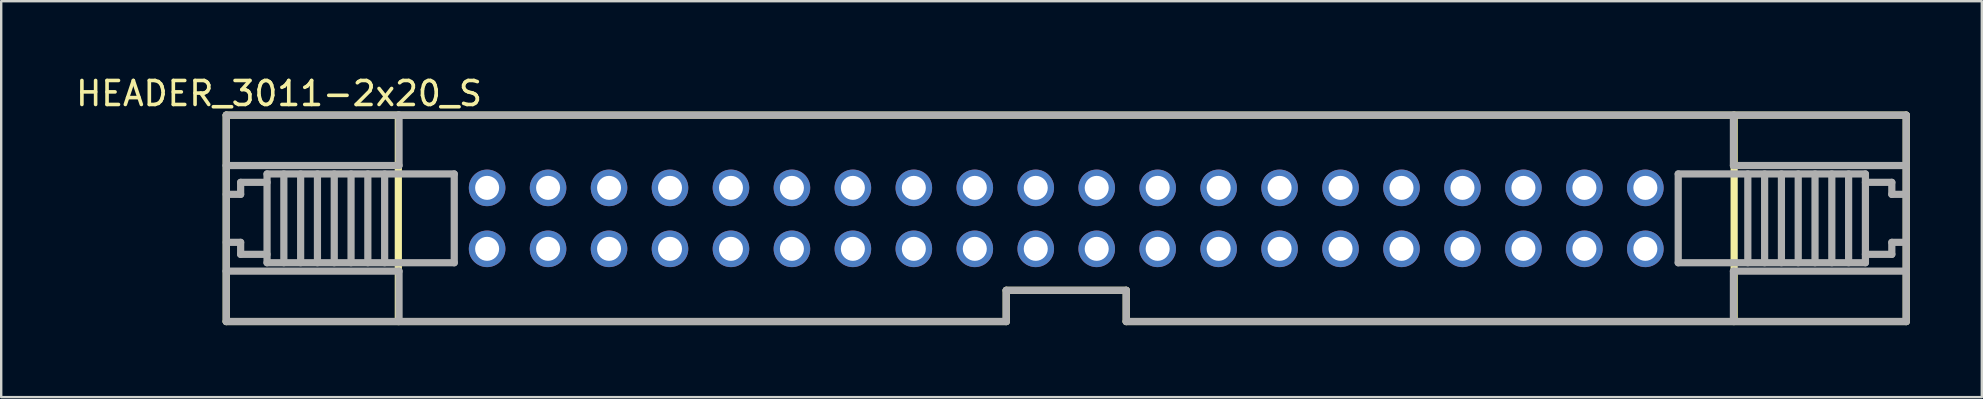
<source format=kicad_pcb>
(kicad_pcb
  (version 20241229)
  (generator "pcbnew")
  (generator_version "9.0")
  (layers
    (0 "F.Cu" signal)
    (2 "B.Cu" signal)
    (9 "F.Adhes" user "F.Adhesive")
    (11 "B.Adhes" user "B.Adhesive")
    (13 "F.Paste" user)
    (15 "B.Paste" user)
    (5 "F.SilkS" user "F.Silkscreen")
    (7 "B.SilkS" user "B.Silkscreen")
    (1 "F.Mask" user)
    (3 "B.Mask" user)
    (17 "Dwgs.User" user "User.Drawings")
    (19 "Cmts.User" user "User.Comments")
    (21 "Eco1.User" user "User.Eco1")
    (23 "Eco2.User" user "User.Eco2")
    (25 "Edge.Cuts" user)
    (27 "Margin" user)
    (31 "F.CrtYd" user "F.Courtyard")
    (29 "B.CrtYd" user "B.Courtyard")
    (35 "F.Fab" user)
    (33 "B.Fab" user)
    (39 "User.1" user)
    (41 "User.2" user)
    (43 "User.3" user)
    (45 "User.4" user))
  (footprint "HEADER_3011-2x20_S"
    (layer "F.Cu")
    (at 41.377 6.048)
    (property "Reference" "HEADER_3011-2x20_S" (at -32.8 -5.2 0) (layer "F.SilkS") (effects (font (size 1 1) (thickness 0.15))))
    (attr through_hole)
    (fp_line (start -35 -4.3) (end 35 -4.3) (stroke (width 0.3) (type solid)) (layer "F.SilkS"))
    (fp_line (start -35 4.3) (end -35 -4.3) (stroke (width 0.3) (type solid)) (layer "F.SilkS"))
    (fp_line (start -35 4.3) (end -2.5 4.3) (stroke (width 0.3) (type solid)) (layer "F.SilkS"))
    (fp_line (start -27.83 -4.3) (end -27.83 4.3) (stroke (width 0.3) (type solid)) (layer "F.SilkS"))
    (fp_line (start -2.5 3) (end -2.5 4.3) (stroke (width 0.3) (type solid)) (layer "F.SilkS"))
    (fp_line (start 2.5 3) (end -2.5 3) (stroke (width 0.3) (type solid)) (layer "F.SilkS"))
    (fp_line (start 2.5 3) (end 2.5 4.3) (stroke (width 0.3) (type solid)) (layer "F.SilkS"))
    (fp_line (start 27.83 -4.3) (end 27.83 4.3) (stroke (width 0.3) (type solid)) (layer "F.SilkS"))
    (fp_line (start 35 4.3) (end 2.5 4.3) (stroke (width 0.3) (type solid)) (layer "F.SilkS"))
    (fp_line (start 35 4.3) (end 35 -4.3) (stroke (width 0.3) (type solid)) (layer "F.SilkS"))
    (fp_line (start -35 -2.2) (end -35 -4.3) (stroke (width 0.3) (type solid)) (layer "F.Fab"))
    (fp_line (start -35 -1) (end -34.4 -1) (stroke (width 0.3) (type solid)) (layer "F.Fab"))
    (fp_line (start -35 1) (end -34.4 1) (stroke (width 0.3) (type solid)) (layer "F.Fab"))
    (fp_line (start -35 2.2) (end -35 -2.2) (stroke (width 0.3) (type solid)) (layer "F.Fab"))
    (fp_line (start -35 4.3) (end -35 2.2) (stroke (width 0.3) (type solid)) (layer "F.Fab"))
    (fp_line (start -34.4 -1.5) (end -33.3 -1.5) (stroke (width 0.3) (type solid)) (layer "F.Fab"))
    (fp_line (start -34.4 -1) (end -34.4 -1.5) (stroke (width 0.3) (type solid)) (layer "F.Fab"))
    (fp_line (start -34.4 1.5) (end -34.4 1) (stroke (width 0.3) (type solid)) (layer "F.Fab"))
    (fp_line (start -34.4 1.5) (end -33.3 1.5) (stroke (width 0.3) (type solid)) (layer "F.Fab"))
    (fp_line (start -33.3 -1.85) (end -25.5 -1.85) (stroke (width 0.3) (type solid)) (layer "F.Fab"))
    (fp_line (start -33.3 1.85) (end -33.3 -1.85) (stroke (width 0.3) (type solid)) (layer "F.Fab"))
    (fp_line (start -33.3 1.85) (end -25.5 1.85) (stroke (width 0.3) (type solid)) (layer "F.Fab"))
    (fp_line (start -32.6 1.85) (end -32.6 -1.85) (stroke (width 0.3) (type solid)) (layer "F.Fab"))
    (fp_line (start -31.9 1.85) (end -31.9 -1.85) (stroke (width 0.3) (type solid)) (layer "F.Fab"))
    (fp_line (start -31.2 1.85) (end -31.2 -1.85) (stroke (width 0.3) (type solid)) (layer "F.Fab"))
    (fp_line (start -30.5 1.85) (end -30.5 -1.85) (stroke (width 0.3) (type solid)) (layer "F.Fab"))
    (fp_line (start -29.8 1.85) (end -29.8 -1.85) (stroke (width 0.3) (type solid)) (layer "F.Fab"))
    (fp_line (start -29.1 1.85) (end -29.1 -1.85) (stroke (width 0.3) (type solid)) (layer "F.Fab"))
    (fp_line (start -28.4 1.85) (end -28.4 -1.85) (stroke (width 0.3) (type solid)) (layer "F.Fab"))
    (fp_line (start -27.8 -4.3) (end -35 -4.3) (stroke (width 0.3) (type solid)) (layer "F.Fab"))
    (fp_line (start -27.8 -4.3) (end 35 -4.3) (stroke (width 0.3) (type solid)) (layer "F.Fab"))
    (fp_line (start -27.8 -2.2) (end -35 -2.2) (stroke (width 0.3) (type solid)) (layer "F.Fab"))
    (fp_line (start -27.8 -2.2) (end -27.8 -4.3) (stroke (width 0.3) (type solid)) (layer "F.Fab"))
    (fp_line (start -27.8 2.2) (end -35 2.2) (stroke (width 0.3) (type solid)) (layer "F.Fab"))
    (fp_line (start -27.8 4.3) (end -27.8 2.2) (stroke (width 0.3) (type solid)) (layer "F.Fab"))
    (fp_line (start -25.5 1.85) (end -25.5 -1.85) (stroke (width 0.3) (type solid)) (layer "F.Fab"))
    (fp_line (start -2.5 3) (end -2.5 4.3) (stroke (width 0.3) (type solid)) (layer "F.Fab"))
    (fp_line (start -2.5 4.3) (end -35 4.3) (stroke (width 0.3) (type solid)) (layer "F.Fab"))
    (fp_line (start 2.5 3) (end -2.5 3) (stroke (width 0.3) (type solid)) (layer "F.Fab"))
    (fp_line (start 2.5 3) (end 2.5 4.3) (stroke (width 0.3) (type solid)) (layer "F.Fab"))
    (fp_line (start 2.5 4.3) (end 35 4.3) (stroke (width 0.3) (type solid)) (layer "F.Fab"))
    (fp_line (start 25.5 -1.85) (end 25.5 1.85) (stroke (width 0.3) (type solid)) (layer "F.Fab"))
    (fp_line (start 27.8 -4.3) (end 27.8 -2.2) (stroke (width 0.3) (type solid)) (layer "F.Fab"))
    (fp_line (start 27.8 -2.2) (end 35 -2.2) (stroke (width 0.3) (type solid)) (layer "F.Fab"))
    (fp_line (start 27.8 2.2) (end 27.8 4.3) (stroke (width 0.3) (type solid)) (layer "F.Fab"))
    (fp_line (start 27.8 2.2) (end 35 2.2) (stroke (width 0.3) (type solid)) (layer "F.Fab"))
    (fp_line (start 28.4 -1.85) (end 28.4 1.85) (stroke (width 0.3) (type solid)) (layer "F.Fab"))
    (fp_line (start 29.1 -1.85) (end 29.1 1.85) (stroke (width 0.3) (type solid)) (layer "F.Fab"))
    (fp_line (start 29.8 -1.85) (end 29.8 1.85) (stroke (width 0.3) (type solid)) (layer "F.Fab"))
    (fp_line (start 30.5 -1.85) (end 30.5 1.85) (stroke (width 0.3) (type solid)) (layer "F.Fab"))
    (fp_line (start 31.2 -1.85) (end 31.2 1.85) (stroke (width 0.3) (type solid)) (layer "F.Fab"))
    (fp_line (start 31.9 -1.85) (end 31.9 1.85) (stroke (width 0.3) (type solid)) (layer "F.Fab"))
    (fp_line (start 32.6 -1.85) (end 32.6 1.85) (stroke (width 0.3) (type solid)) (layer "F.Fab"))
    (fp_line (start 33.3 -1.85) (end 25.5 -1.85) (stroke (width 0.3) (type solid)) (layer "F.Fab"))
    (fp_line (start 33.3 -1.85) (end 33.3 1.85) (stroke (width 0.3) (type solid)) (layer "F.Fab"))
    (fp_line (start 33.3 1.85) (end 25.5 1.85) (stroke (width 0.3) (type solid)) (layer "F.Fab"))
    (fp_line (start 34.4 -1.5) (end 33.3 -1.5) (stroke (width 0.3) (type solid)) (layer "F.Fab"))
    (fp_line (start 34.4 -1.5) (end 34.4 -1) (stroke (width 0.3) (type solid)) (layer "F.Fab"))
    (fp_line (start 34.4 1) (end 34.4 1.5) (stroke (width 0.3) (type solid)) (layer "F.Fab"))
    (fp_line (start 34.4 1.5) (end 33.3 1.5) (stroke (width 0.3) (type solid)) (layer "F.Fab"))
    (fp_line (start 35 -4.3) (end 35 -2.2) (stroke (width 0.3) (type solid)) (layer "F.Fab"))
    (fp_line (start 35 -2.2) (end 35 2.2) (stroke (width 0.3) (type solid)) (layer "F.Fab"))
    (fp_line (start 35 -1) (end 34.4 -1) (stroke (width 0.3) (type solid)) (layer "F.Fab"))
    (fp_line (start 35 1) (end 34.4 1) (stroke (width 0.3) (type solid)) (layer "F.Fab"))
    (fp_line (start 35 2.2) (end 35 4.3) (stroke (width 0.3) (type solid)) (layer "F.Fab"))
    (pad "1" thru_hole circle (at -24.13 1.27) (size 1.524 1.524) (drill 1) (layers "*.Cu" "*.Mask"))
    (pad "2" thru_hole circle (at -24.13 -1.27) (size 1.524 1.524) (drill 1) (layers "*.Cu" "*.Mask"))
    (pad "3" thru_hole circle (at -21.59 1.27) (size 1.524 1.524) (drill 1) (layers "*.Cu" "*.Mask"))
    (pad "4" thru_hole circle (at -21.59 -1.27) (size 1.524 1.524) (drill 1) (layers "*.Cu" "*.Mask"))
    (pad "5" thru_hole circle (at -19.05 1.27) (size 1.524 1.524) (drill 1) (layers "*.Cu" "*.Mask"))
    (pad "6" thru_hole circle (at -19.05 -1.27) (size 1.524 1.524) (drill 1) (layers "*.Cu" "*.Mask"))
    (pad "7" thru_hole circle (at -16.51 1.27) (size 1.524 1.524) (drill 1) (layers "*.Cu" "*.Mask"))
    (pad "8" thru_hole circle (at -16.51 -1.27) (size 1.524 1.524) (drill 1) (layers "*.Cu" "*.Mask"))
    (pad "9" thru_hole circle (at -13.97 1.27) (size 1.524 1.524) (drill 1) (layers "*.Cu" "*.Mask"))
    (pad "10" thru_hole circle (at -13.97 -1.27) (size 1.524 1.524) (drill 1) (layers "*.Cu" "*.Mask"))
    (pad "11" thru_hole circle (at -11.43 1.27) (size 1.524 1.524) (drill 1) (layers "*.Cu" "*.Mask"))
    (pad "12" thru_hole circle (at -11.43 -1.27) (size 1.524 1.524) (drill 1) (layers "*.Cu" "*.Mask"))
    (pad "13" thru_hole circle (at -8.89 1.27) (size 1.524 1.524) (drill 1) (layers "*.Cu" "*.Mask"))
    (pad "14" thru_hole circle (at -8.89 -1.27) (size 1.524 1.524) (drill 1) (layers "*.Cu" "*.Mask"))
    (pad "15" thru_hole circle (at -6.35 1.27) (size 1.524 1.524) (drill 1) (layers "*.Cu" "*.Mask"))
    (pad "16" thru_hole circle (at -6.35 -1.27) (size 1.524 1.524) (drill 1) (layers "*.Cu" "*.Mask"))
    (pad "17" thru_hole circle (at -3.81 1.27) (size 1.524 1.524) (drill 1) (layers "*.Cu" "*.Mask"))
    (pad "18" thru_hole circle (at -3.81 -1.27) (size 1.524 1.524) (drill 1) (layers "*.Cu" "*.Mask"))
    (pad "19" thru_hole circle (at -1.27 1.27) (size 1.524 1.524) (drill 1) (layers "*.Cu" "*.Mask"))
    (pad "20" thru_hole circle (at -1.27 -1.27) (size 1.524 1.524) (drill 1) (layers "*.Cu" "*.Mask"))
    (pad "21" thru_hole circle (at 1.27 1.27) (size 1.524 1.524) (drill 1) (layers "*.Cu" "*.Mask"))
    (pad "22" thru_hole circle (at 1.27 -1.27) (size 1.524 1.524) (drill 1) (layers "*.Cu" "*.Mask"))
    (pad "23" thru_hole circle (at 3.81 1.27) (size 1.524 1.524) (drill 1) (layers "*.Cu" "*.Mask"))
    (pad "24" thru_hole circle (at 3.81 -1.27) (size 1.524 1.524) (drill 1) (layers "*.Cu" "*.Mask"))
    (pad "25" thru_hole circle (at 6.35 1.27) (size 1.524 1.524) (drill 1) (layers "*.Cu" "*.Mask"))
    (pad "26" thru_hole circle (at 6.35 -1.27) (size 1.524 1.524) (drill 1) (layers "*.Cu" "*.Mask"))
    (pad "27" thru_hole circle (at 8.89 1.27) (size 1.524 1.524) (drill 1) (layers "*.Cu" "*.Mask"))
    (pad "28" thru_hole circle (at 8.89 -1.27) (size 1.524 1.524) (drill 1) (layers "*.Cu" "*.Mask"))
    (pad "29" thru_hole circle (at 11.43 1.27) (size 1.524 1.524) (drill 1) (layers "*.Cu" "*.Mask"))
    (pad "30" thru_hole circle (at 11.43 -1.27) (size 1.524 1.524) (drill 1) (layers "*.Cu" "*.Mask"))
    (pad "31" thru_hole circle (at 13.97 1.27) (size 1.524 1.524) (drill 1) (layers "*.Cu" "*.Mask"))
    (pad "32" thru_hole circle (at 13.97 -1.27) (size 1.524 1.524) (drill 1) (layers "*.Cu" "*.Mask"))
    (pad "33" thru_hole circle (at 16.51 1.27) (size 1.524 1.524) (drill 1) (layers "*.Cu" "*.Mask"))
    (pad "34" thru_hole circle (at 16.51 -1.27) (size 1.524 1.524) (drill 1) (layers "*.Cu" "*.Mask"))
    (pad "35" thru_hole circle (at 19.05 1.27) (size 1.524 1.524) (drill 1) (layers "*.Cu" "*.Mask"))
    (pad "36" thru_hole circle (at 19.05 -1.27) (size 1.524 1.524) (drill 1) (layers "*.Cu" "*.Mask"))
    (pad "37" thru_hole circle (at 21.59 1.27) (size 1.524 1.524) (drill 1) (layers "*.Cu" "*.Mask"))
    (pad "38" thru_hole circle (at 21.59 -1.27) (size 1.524 1.524) (drill 1) (layers "*.Cu" "*.Mask"))
    (pad "39" thru_hole circle (at 24.13 1.27) (size 1.524 1.524) (drill 1) (layers "*.Cu" "*.Mask"))
    (pad "40" thru_hole circle (at 24.13 -1.27) (size 1.524 1.524) (drill 1) (layers "*.Cu" "*.Mask")))
  (gr_rect
    (start -3 -3)
    (end 79.527 13.498)
    (stroke (width 0.1) (type default))
    (fill no)
    (layer "Edge.Cuts")))
</source>
